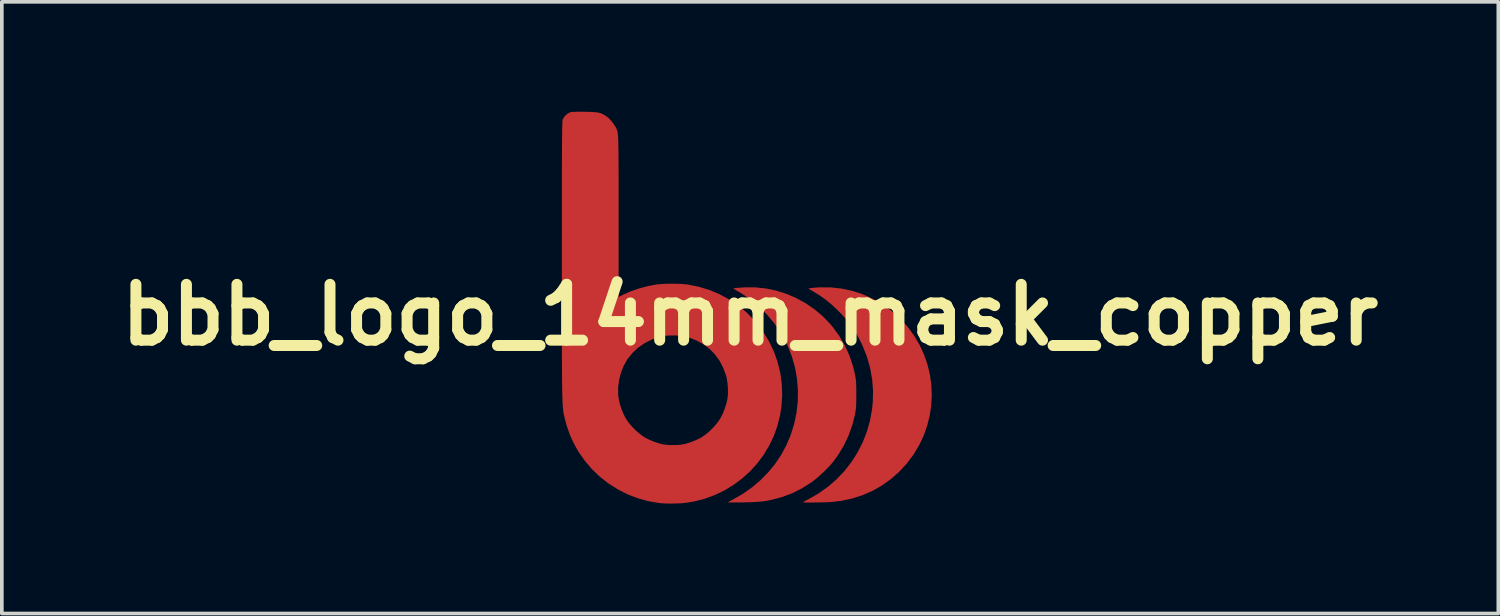
<source format=kicad_pcb>
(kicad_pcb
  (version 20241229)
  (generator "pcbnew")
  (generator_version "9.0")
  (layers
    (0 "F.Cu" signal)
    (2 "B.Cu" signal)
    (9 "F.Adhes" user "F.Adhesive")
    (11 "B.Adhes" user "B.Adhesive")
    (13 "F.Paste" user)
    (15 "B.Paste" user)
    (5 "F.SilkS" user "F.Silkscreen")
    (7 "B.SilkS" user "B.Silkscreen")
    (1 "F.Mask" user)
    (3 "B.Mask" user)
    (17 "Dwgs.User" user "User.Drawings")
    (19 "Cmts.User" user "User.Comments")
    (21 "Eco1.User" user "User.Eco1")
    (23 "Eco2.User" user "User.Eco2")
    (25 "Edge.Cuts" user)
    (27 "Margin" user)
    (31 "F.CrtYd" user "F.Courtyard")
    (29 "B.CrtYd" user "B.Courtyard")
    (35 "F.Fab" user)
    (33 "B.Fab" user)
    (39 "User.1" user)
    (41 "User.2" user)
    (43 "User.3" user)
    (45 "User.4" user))
  (footprint "bbb_logo_14mm_mask_copper"
    (layer "F.Cu")
    (at 17.424 5.546)
    (property "Reference" "bbb_logo_14mm_mask_copper" (at 0 0 0) (layer "F.SilkS") (effects (font (size 1.524 1.524) (thickness 0.3))))
    (attr board_only exclude_from_pos_files exclude_from_bom)
    (fp_poly (pts (xy 2.207 -0.751) (xy 2.499 -0.719) (xy 2.786 -0.657) (xy 3.066 -0.567) (xy 3.335 -0.448) (xy 3.593 -0.303) (xy 3.836 -0.131) (xy 4.062 0.065) (xy 4.101 0.103) (xy 4.303 0.326) (xy 4.477 0.564) (xy 4.625 0.815) (xy 4.746 1.077) (xy 4.841 1.347) (xy 4.908 1.624) (xy 4.947 1.905) (xy 4.96 2.188) (xy 4.945 2.472) (xy 4.903 2.753) (xy 4.833 3.031) (xy 4.736 3.303) (xy 4.61 3.566) (xy 4.457 3.819) (xy 4.276 4.06) (xy 4.275 4.061) (xy 4.068 4.285) (xy 3.842 4.483) (xy 3.599 4.656) (xy 3.34 4.803) (xy 3.066 4.922) (xy 2.779 5.013) (xy 2.479 5.076) (xy 2.237 5.105) (xy 2.171 5.109) (xy 2.089 5.113) (xy 1.997 5.116) (xy 1.898 5.118) (xy 1.799 5.12) (xy 1.702 5.121) (xy 1.614 5.121) (xy 1.54 5.121) (xy 1.483 5.119) (xy 1.449 5.116) (xy 1.441 5.113) (xy 1.457 5.103) (xy 1.496 5.082) (xy 1.551 5.053) (xy 1.603 5.026) (xy 1.879 4.867) (xy 2.135 4.684) (xy 2.37 4.479) (xy 2.583 4.254) (xy 2.772 4.01) (xy 2.937 3.75) (xy 3.077 3.474) (xy 3.189 3.184) (xy 3.275 2.883) (xy 3.331 2.571) (xy 3.35 2.376) (xy 3.357 2.064) (xy 3.332 1.753) (xy 3.277 1.445) (xy 3.191 1.143) (xy 3.075 0.849) (xy 3.029 0.751) (xy 2.918 0.541) (xy 2.799 0.35) (xy 2.666 0.171) (xy 2.513 -0.004) (xy 2.369 -0.151) (xy 2.211 -0.296) (xy 2.057 -0.421) (xy 1.898 -0.534) (xy 1.755 -0.622) (xy 1.59 -0.718) (xy 1.645 -0.73) (xy 1.681 -0.735) (xy 1.741 -0.741) (xy 1.816 -0.747) (xy 1.9 -0.752) (xy 1.913 -0.752)) (stroke (width 0) (type solid)) (fill yes) (layer "F.Cu"))
    (fp_poly (pts (xy 0.147 -0.752) (xy 0.434 -0.722) (xy 0.717 -0.662) (xy 0.994 -0.574) (xy 1.261 -0.459) (xy 1.517 -0.319) (xy 1.758 -0.154) (xy 1.982 0.034) (xy 2.186 0.245) (xy 2.26 0.333) (xy 2.44 0.581) (xy 2.591 0.842) (xy 2.715 1.117) (xy 2.811 1.407) (xy 2.857 1.595) (xy 2.871 1.662) (xy 2.881 1.721) (xy 2.889 1.777) (xy 2.894 1.837) (xy 2.897 1.908) (xy 2.899 1.994) (xy 2.9 2.103) (xy 2.9 2.165) (xy 2.9 2.29) (xy 2.898 2.389) (xy 2.896 2.468) (xy 2.892 2.534) (xy 2.885 2.593) (xy 2.876 2.651) (xy 2.864 2.714) (xy 2.864 2.719) (xy 2.789 3.014) (xy 2.686 3.299) (xy 2.556 3.572) (xy 2.402 3.828) (xy 2.249 4.034) (xy 2.171 4.123) (xy 2.075 4.222) (xy 1.969 4.324) (xy 1.86 4.422) (xy 1.756 4.509) (xy 1.678 4.568) (xy 1.42 4.732) (xy 1.152 4.867) (xy 0.872 4.972) (xy 0.578 5.05) (xy 0.457 5.073) (xy 0.383 5.085) (xy 0.307 5.094) (xy 0.222 5.102) (xy 0.124 5.107) (xy 0.006 5.112) (xy -0.136 5.116) (xy -0.17 5.117) (xy -0.283 5.119) (xy -0.385 5.12) (xy -0.472 5.12) (xy -0.539 5.12) (xy -0.583 5.118) (xy -0.601 5.116) (xy -0.601 5.116) (xy -0.587 5.105) (xy -0.552 5.084) (xy -0.501 5.056) (xy -0.472 5.041) (xy -0.21 4.892) (xy 0.041 4.717) (xy 0.276 4.519) (xy 0.492 4.301) (xy 0.684 4.066) (xy 0.839 3.837) (xy 0.988 3.565) (xy 1.109 3.278) (xy 1.203 2.981) (xy 1.267 2.676) (xy 1.302 2.368) (xy 1.307 2.059) (xy 1.306 2.047) (xy 1.28 1.734) (xy 1.227 1.436) (xy 1.146 1.147) (xy 1.036 0.864) (xy 0.968 0.72) (xy 0.825 0.465) (xy 0.654 0.221) (xy 0.462 -0.009) (xy 0.249 -0.222) (xy 0.022 -0.412) (xy -0.218 -0.577) (xy -0.311 -0.632) (xy -0.465 -0.719) (xy -0.402 -0.73) (xy -0.362 -0.736) (xy -0.299 -0.742) (xy -0.222 -0.747) (xy -0.142 -0.752)) (stroke (width 0) (type solid)) (fill yes) (layer "F.Cu"))
    (fp_poly (pts (xy -4.546 -5.545) (xy -4.504 -5.545) (xy -4.376 -5.542) (xy -4.274 -5.537) (xy -4.192 -5.53) (xy -4.126 -5.519) (xy -4.07 -5.503) (xy -4.018 -5.48) (xy -3.965 -5.45) (xy -3.916 -5.418) (xy -3.855 -5.368) (xy -3.79 -5.298) (xy -3.728 -5.219) (xy -3.677 -5.139) (xy -3.665 -5.118) (xy -3.655 -5.097) (xy -3.645 -5.078) (xy -3.637 -5.059) (xy -3.629 -5.037) (xy -3.622 -5.013) (xy -3.616 -4.983) (xy -3.611 -4.947) (xy -3.606 -4.902) (xy -3.602 -4.847) (xy -3.599 -4.781) (xy -3.596 -4.702) (xy -3.594 -4.608) (xy -3.592 -4.498) (xy -3.591 -4.369) (xy -3.59 -4.222) (xy -3.589 -4.053) (xy -3.588 -3.861) (xy -3.588 -3.645) (xy -3.588 -3.402) (xy -3.588 -3.132) (xy -3.588 -2.833) (xy -3.588 -2.683) (xy -3.588 -0.49) (xy -3.465 -0.551) (xy -3.252 -0.646) (xy -3.019 -0.726) (xy -2.777 -0.79) (xy -2.556 -0.83) (xy -2.447 -0.841) (xy -2.316 -0.849) (xy -2.173 -0.852) (xy -2.028 -0.851) (xy -1.889 -0.846) (xy -1.768 -0.837) (xy -1.712 -0.83) (xy -1.413 -0.772) (xy -1.122 -0.685) (xy -0.843 -0.569) (xy -0.578 -0.427) (xy -0.328 -0.259) (xy -0.096 -0.068) (xy 0.115 0.147) (xy 0.172 0.213) (xy 0.359 0.463) (xy 0.519 0.725) (xy 0.65 0.999) (xy 0.751 1.283) (xy 0.823 1.576) (xy 0.865 1.875) (xy 0.877 2.179) (xy 0.858 2.487) (xy 0.82 2.733) (xy 0.748 3.024) (xy 0.649 3.303) (xy 0.522 3.569) (xy 0.371 3.819) (xy 0.197 4.053) (xy 0.001 4.269) (xy -0.215 4.464) (xy -0.45 4.639) (xy -0.7 4.791) (xy -0.966 4.918) (xy -1.245 5.02) (xy -1.536 5.094) (xy -1.743 5.128) (xy -1.864 5.14) (xy -2.003 5.147) (xy -2.15 5.15) (xy -2.293 5.148) (xy -2.421 5.141) (xy -2.476 5.135) (xy -2.775 5.085) (xy -3.065 5.005) (xy -3.345 4.897) (xy -3.612 4.761) (xy -3.865 4.601) (xy -4.101 4.416) (xy -4.317 4.208) (xy -4.513 3.979) (xy -4.686 3.73) (xy -4.707 3.695) (xy -4.824 3.483) (xy -4.919 3.27) (xy -4.998 3.044) (xy -5.045 2.877) (xy -5.054 2.839) (xy -5.063 2.804) (xy -5.072 2.77) (xy -5.079 2.736) (xy -5.086 2.702) (xy -5.093 2.665) (xy -5.099 2.625) (xy -5.104 2.58) (xy -5.109 2.528) (xy -5.113 2.47) (xy -5.117 2.403) (xy -5.12 2.327) (xy -5.123 2.239) (xy -5.126 2.139) (xy -5.128 2.026) (xy -5.129 1.972) (xy -3.601 1.972) (xy -3.601 2.171) (xy -3.589 2.276) (xy -3.56 2.411) (xy -3.515 2.555) (xy -3.458 2.697) (xy -3.395 2.823) (xy -3.388 2.833) (xy -3.315 2.94) (xy -3.22 3.052) (xy -3.113 3.16) (xy -3.001 3.256) (xy -2.893 3.333) (xy -2.88 3.341) (xy -2.782 3.393) (xy -2.667 3.443) (xy -2.547 3.487) (xy -2.433 3.521) (xy -2.355 3.538) (xy -2.267 3.548) (xy -2.16 3.553) (xy -2.048 3.553) (xy -1.942 3.548) (xy -1.865 3.54) (xy -1.748 3.514) (xy -1.618 3.473) (xy -1.487 3.422) (xy -1.368 3.366) (xy -1.324 3.341) (xy -1.217 3.267) (xy -1.105 3.173) (xy -0.997 3.066) (xy -0.901 2.954) (xy -0.824 2.846) (xy -0.816 2.833) (xy -0.752 2.71) (xy -0.694 2.569) (xy -0.648 2.424) (xy -0.617 2.288) (xy -0.615 2.276) (xy -0.603 2.148) (xy -0.604 2.004) (xy -0.616 1.858) (xy -0.638 1.723) (xy -0.655 1.655) (xy -0.733 1.442) (xy -0.834 1.249) (xy -0.959 1.078) (xy -1.106 0.928) (xy -1.276 0.8) (xy -1.469 0.695) (xy -1.683 0.612) (xy -1.754 0.591) (xy -1.831 0.576) (xy -1.929 0.566) (xy -2.041 0.561) (xy -2.158 0.561) (xy -2.27 0.566) (xy -2.37 0.575) (xy -2.447 0.59) (xy -2.45 0.591) (xy -2.67 0.666) (xy -2.87 0.766) (xy -3.048 0.888) (xy -3.205 1.033) (xy -3.34 1.2) (xy -3.35 1.215) (xy -3.447 1.386) (xy -3.523 1.573) (xy -3.574 1.771) (xy -3.601 1.972) (xy -5.129 1.972) (xy -5.13 1.898) (xy -5.132 1.754) (xy -5.133 1.592) (xy -5.134 1.413) (xy -5.135 1.213) (xy -5.136 0.993) (xy -5.136 0.751) (xy -5.136 0.485) (xy -5.137 0.194) (xy -5.137 -0.122) (xy -5.137 -0.465) (xy -5.137 -0.837) (xy -5.137 -1.239) (xy -5.137 -1.494) (xy -5.137 -1.903) (xy -5.136 -2.281) (xy -5.136 -2.631) (xy -5.136 -2.952) (xy -5.136 -3.247) (xy -5.136 -3.516) (xy -5.136 -3.76) (xy -5.135 -3.981) (xy -5.135 -4.181) (xy -5.134 -4.359) (xy -5.134 -4.518) (xy -5.133 -4.658) (xy -5.132 -4.781) (xy -5.131 -4.888) (xy -5.13 -4.98) (xy -5.129 -5.058) (xy -5.127 -5.124) (xy -5.126 -5.179) (xy -5.124 -5.223) (xy -5.122 -5.259) (xy -5.12 -5.287) (xy -5.118 -5.308) (xy -5.115 -5.324) (xy -5.113 -5.336) (xy -5.11 -5.345) (xy -5.107 -5.35) (xy -5.062 -5.421) (xy -4.998 -5.482) (xy -4.925 -5.525) (xy -4.904 -5.533) (xy -4.86 -5.54) (xy -4.786 -5.544) (xy -4.681 -5.546)) (stroke (width 0) (type solid)) (fill yes) (layer "F.Cu"))
    (fp_poly (pts (xy 2.207 -0.751) (xy 2.499 -0.719) (xy 2.786 -0.657) (xy 3.066 -0.567) (xy 3.335 -0.448) (xy 3.593 -0.303) (xy 3.836 -0.131) (xy 4.062 0.065) (xy 4.101 0.103) (xy 4.303 0.326) (xy 4.477 0.564) (xy 4.625 0.815) (xy 4.746 1.077) (xy 4.841 1.347) (xy 4.908 1.624) (xy 4.947 1.905) (xy 4.96 2.188) (xy 4.945 2.472) (xy 4.903 2.753) (xy 4.833 3.031) (xy 4.736 3.303) (xy 4.61 3.566) (xy 4.457 3.819) (xy 4.276 4.06) (xy 4.275 4.061) (xy 4.068 4.285) (xy 3.842 4.483) (xy 3.599 4.656) (xy 3.34 4.803) (xy 3.066 4.922) (xy 2.779 5.013) (xy 2.479 5.076) (xy 2.237 5.105) (xy 2.171 5.109) (xy 2.089 5.113) (xy 1.997 5.116) (xy 1.898 5.118) (xy 1.799 5.12) (xy 1.702 5.121) (xy 1.614 5.121) (xy 1.54 5.121) (xy 1.483 5.119) (xy 1.449 5.116) (xy 1.441 5.113) (xy 1.457 5.103) (xy 1.496 5.082) (xy 1.551 5.053) (xy 1.603 5.026) (xy 1.879 4.867) (xy 2.135 4.684) (xy 2.37 4.479) (xy 2.583 4.254) (xy 2.772 4.01) (xy 2.937 3.75) (xy 3.077 3.474) (xy 3.189 3.184) (xy 3.275 2.883) (xy 3.331 2.571) (xy 3.35 2.376) (xy 3.357 2.064) (xy 3.332 1.753) (xy 3.277 1.445) (xy 3.191 1.143) (xy 3.075 0.849) (xy 3.029 0.751) (xy 2.918 0.541) (xy 2.799 0.35) (xy 2.666 0.171) (xy 2.513 -0.004) (xy 2.369 -0.151) (xy 2.211 -0.296) (xy 2.057 -0.421) (xy 1.898 -0.534) (xy 1.755 -0.622) (xy 1.59 -0.718) (xy 1.645 -0.73) (xy 1.681 -0.735) (xy 1.741 -0.741) (xy 1.816 -0.747) (xy 1.9 -0.752) (xy 1.913 -0.752)) (stroke (width 0) (type solid)) (fill yes) (layer "F.Mask"))
    (fp_poly (pts (xy 0.147 -0.752) (xy 0.434 -0.722) (xy 0.717 -0.662) (xy 0.994 -0.574) (xy 1.261 -0.459) (xy 1.517 -0.319) (xy 1.758 -0.154) (xy 1.982 0.034) (xy 2.186 0.245) (xy 2.26 0.333) (xy 2.44 0.581) (xy 2.591 0.842) (xy 2.715 1.117) (xy 2.811 1.407) (xy 2.857 1.595) (xy 2.871 1.662) (xy 2.881 1.721) (xy 2.889 1.777) (xy 2.894 1.837) (xy 2.897 1.908) (xy 2.899 1.994) (xy 2.9 2.103) (xy 2.9 2.165) (xy 2.9 2.29) (xy 2.898 2.389) (xy 2.896 2.468) (xy 2.892 2.534) (xy 2.885 2.593) (xy 2.876 2.651) (xy 2.864 2.714) (xy 2.864 2.719) (xy 2.789 3.014) (xy 2.686 3.299) (xy 2.556 3.572) (xy 2.402 3.828) (xy 2.249 4.034) (xy 2.171 4.123) (xy 2.075 4.222) (xy 1.969 4.324) (xy 1.86 4.422) (xy 1.756 4.509) (xy 1.678 4.568) (xy 1.42 4.732) (xy 1.152 4.867) (xy 0.872 4.972) (xy 0.578 5.05) (xy 0.457 5.073) (xy 0.383 5.085) (xy 0.307 5.094) (xy 0.222 5.102) (xy 0.124 5.107) (xy 0.006 5.112) (xy -0.136 5.116) (xy -0.17 5.117) (xy -0.283 5.119) (xy -0.385 5.12) (xy -0.472 5.12) (xy -0.539 5.12) (xy -0.583 5.118) (xy -0.601 5.116) (xy -0.601 5.116) (xy -0.587 5.105) (xy -0.552 5.084) (xy -0.501 5.056) (xy -0.472 5.041) (xy -0.21 4.892) (xy 0.041 4.717) (xy 0.276 4.519) (xy 0.492 4.301) (xy 0.684 4.066) (xy 0.839 3.837) (xy 0.988 3.565) (xy 1.109 3.278) (xy 1.203 2.981) (xy 1.267 2.676) (xy 1.302 2.368) (xy 1.307 2.059) (xy 1.306 2.047) (xy 1.28 1.734) (xy 1.227 1.436) (xy 1.146 1.147) (xy 1.036 0.864) (xy 0.968 0.72) (xy 0.825 0.465) (xy 0.654 0.221) (xy 0.462 -0.009) (xy 0.249 -0.222) (xy 0.022 -0.412) (xy -0.218 -0.577) (xy -0.311 -0.632) (xy -0.465 -0.719) (xy -0.402 -0.73) (xy -0.362 -0.736) (xy -0.299 -0.742) (xy -0.222 -0.747) (xy -0.142 -0.752)) (stroke (width 0) (type solid)) (fill yes) (layer "F.Mask"))
    (fp_poly (pts (xy -4.546 -5.545) (xy -4.504 -5.545) (xy -4.376 -5.542) (xy -4.274 -5.537) (xy -4.192 -5.53) (xy -4.126 -5.519) (xy -4.07 -5.503) (xy -4.018 -5.48) (xy -3.965 -5.45) (xy -3.916 -5.418) (xy -3.855 -5.368) (xy -3.79 -5.298) (xy -3.728 -5.219) (xy -3.677 -5.139) (xy -3.665 -5.118) (xy -3.655 -5.097) (xy -3.645 -5.078) (xy -3.637 -5.059) (xy -3.629 -5.037) (xy -3.622 -5.013) (xy -3.616 -4.983) (xy -3.611 -4.947) (xy -3.606 -4.902) (xy -3.602 -4.847) (xy -3.599 -4.781) (xy -3.596 -4.702) (xy -3.594 -4.608) (xy -3.592 -4.498) (xy -3.591 -4.369) (xy -3.59 -4.222) (xy -3.589 -4.053) (xy -3.588 -3.861) (xy -3.588 -3.645) (xy -3.588 -3.402) (xy -3.588 -3.132) (xy -3.588 -2.833) (xy -3.588 -2.683) (xy -3.588 -0.49) (xy -3.465 -0.551) (xy -3.252 -0.646) (xy -3.019 -0.726) (xy -2.777 -0.79) (xy -2.556 -0.83) (xy -2.447 -0.841) (xy -2.316 -0.849) (xy -2.173 -0.852) (xy -2.028 -0.851) (xy -1.889 -0.846) (xy -1.768 -0.837) (xy -1.712 -0.83) (xy -1.413 -0.772) (xy -1.122 -0.685) (xy -0.843 -0.569) (xy -0.578 -0.427) (xy -0.328 -0.259) (xy -0.096 -0.068) (xy 0.115 0.147) (xy 0.172 0.213) (xy 0.359 0.463) (xy 0.519 0.725) (xy 0.65 0.999) (xy 0.751 1.283) (xy 0.823 1.576) (xy 0.865 1.875) (xy 0.877 2.179) (xy 0.858 2.487) (xy 0.82 2.733) (xy 0.748 3.024) (xy 0.649 3.303) (xy 0.522 3.569) (xy 0.371 3.819) (xy 0.197 4.053) (xy 0.001 4.269) (xy -0.215 4.464) (xy -0.45 4.639) (xy -0.7 4.791) (xy -0.966 4.918) (xy -1.245 5.02) (xy -1.536 5.094) (xy -1.743 5.128) (xy -1.864 5.14) (xy -2.003 5.147) (xy -2.15 5.15) (xy -2.293 5.148) (xy -2.421 5.141) (xy -2.476 5.135) (xy -2.775 5.085) (xy -3.065 5.005) (xy -3.345 4.897) (xy -3.612 4.761) (xy -3.865 4.601) (xy -4.101 4.416) (xy -4.317 4.208) (xy -4.513 3.979) (xy -4.686 3.73) (xy -4.707 3.695) (xy -4.824 3.483) (xy -4.919 3.27) (xy -4.998 3.044) (xy -5.045 2.877) (xy -5.054 2.839) (xy -5.063 2.804) (xy -5.072 2.77) (xy -5.079 2.736) (xy -5.086 2.702) (xy -5.093 2.665) (xy -5.099 2.625) (xy -5.104 2.58) (xy -5.109 2.528) (xy -5.113 2.47) (xy -5.117 2.403) (xy -5.12 2.327) (xy -5.123 2.239) (xy -5.126 2.139) (xy -5.128 2.026) (xy -5.129 1.972) (xy -3.601 1.972) (xy -3.601 2.171) (xy -3.589 2.276) (xy -3.56 2.411) (xy -3.515 2.555) (xy -3.458 2.697) (xy -3.395 2.823) (xy -3.388 2.833) (xy -3.315 2.94) (xy -3.22 3.052) (xy -3.113 3.16) (xy -3.001 3.256) (xy -2.893 3.333) (xy -2.88 3.341) (xy -2.782 3.393) (xy -2.667 3.443) (xy -2.547 3.487) (xy -2.433 3.521) (xy -2.355 3.538) (xy -2.267 3.548) (xy -2.16 3.553) (xy -2.048 3.553) (xy -1.942 3.548) (xy -1.865 3.54) (xy -1.748 3.514) (xy -1.618 3.473) (xy -1.487 3.422) (xy -1.368 3.366) (xy -1.324 3.341) (xy -1.217 3.267) (xy -1.105 3.173) (xy -0.997 3.066) (xy -0.901 2.954) (xy -0.824 2.846) (xy -0.816 2.833) (xy -0.752 2.71) (xy -0.694 2.569) (xy -0.648 2.424) (xy -0.617 2.288) (xy -0.615 2.276) (xy -0.603 2.148) (xy -0.604 2.004) (xy -0.616 1.858) (xy -0.638 1.723) (xy -0.655 1.655) (xy -0.733 1.442) (xy -0.834 1.249) (xy -0.959 1.078) (xy -1.106 0.928) (xy -1.276 0.8) (xy -1.469 0.695) (xy -1.683 0.612) (xy -1.754 0.591) (xy -1.831 0.576) (xy -1.929 0.566) (xy -2.041 0.561) (xy -2.158 0.561) (xy -2.27 0.566) (xy -2.37 0.575) (xy -2.447 0.59) (xy -2.45 0.591) (xy -2.67 0.666) (xy -2.87 0.766) (xy -3.048 0.888) (xy -3.205 1.033) (xy -3.34 1.2) (xy -3.35 1.215) (xy -3.447 1.386) (xy -3.523 1.573) (xy -3.574 1.771) (xy -3.601 1.972) (xy -5.129 1.972) (xy -5.13 1.898) (xy -5.132 1.754) (xy -5.133 1.592) (xy -5.134 1.413) (xy -5.135 1.213) (xy -5.136 0.993) (xy -5.136 0.751) (xy -5.136 0.485) (xy -5.137 0.194) (xy -5.137 -0.122) (xy -5.137 -0.465) (xy -5.137 -0.837) (xy -5.137 -1.239) (xy -5.137 -1.494) (xy -5.137 -1.903) (xy -5.136 -2.281) (xy -5.136 -2.631) (xy -5.136 -2.952) (xy -5.136 -3.247) (xy -5.136 -3.516) (xy -5.136 -3.76) (xy -5.135 -3.981) (xy -5.135 -4.181) (xy -5.134 -4.359) (xy -5.134 -4.518) (xy -5.133 -4.658) (xy -5.132 -4.781) (xy -5.131 -4.888) (xy -5.13 -4.98) (xy -5.129 -5.058) (xy -5.127 -5.124) (xy -5.126 -5.179) (xy -5.124 -5.223) (xy -5.122 -5.259) (xy -5.12 -5.287) (xy -5.118 -5.308) (xy -5.115 -5.324) (xy -5.113 -5.336) (xy -5.11 -5.345) (xy -5.107 -5.35) (xy -5.062 -5.421) (xy -4.998 -5.482) (xy -4.925 -5.525) (xy -4.904 -5.533) (xy -4.86 -5.54) (xy -4.786 -5.544) (xy -4.681 -5.546)) (stroke (width 0) (type solid)) (fill yes) (layer "F.Mask")))
  (gr_rect
    (start -3 -3)
    (end 37.849 13.696)
    (stroke (width 0.1) (type default))
    (fill no)
    (layer "Edge.Cuts")))
</source>
